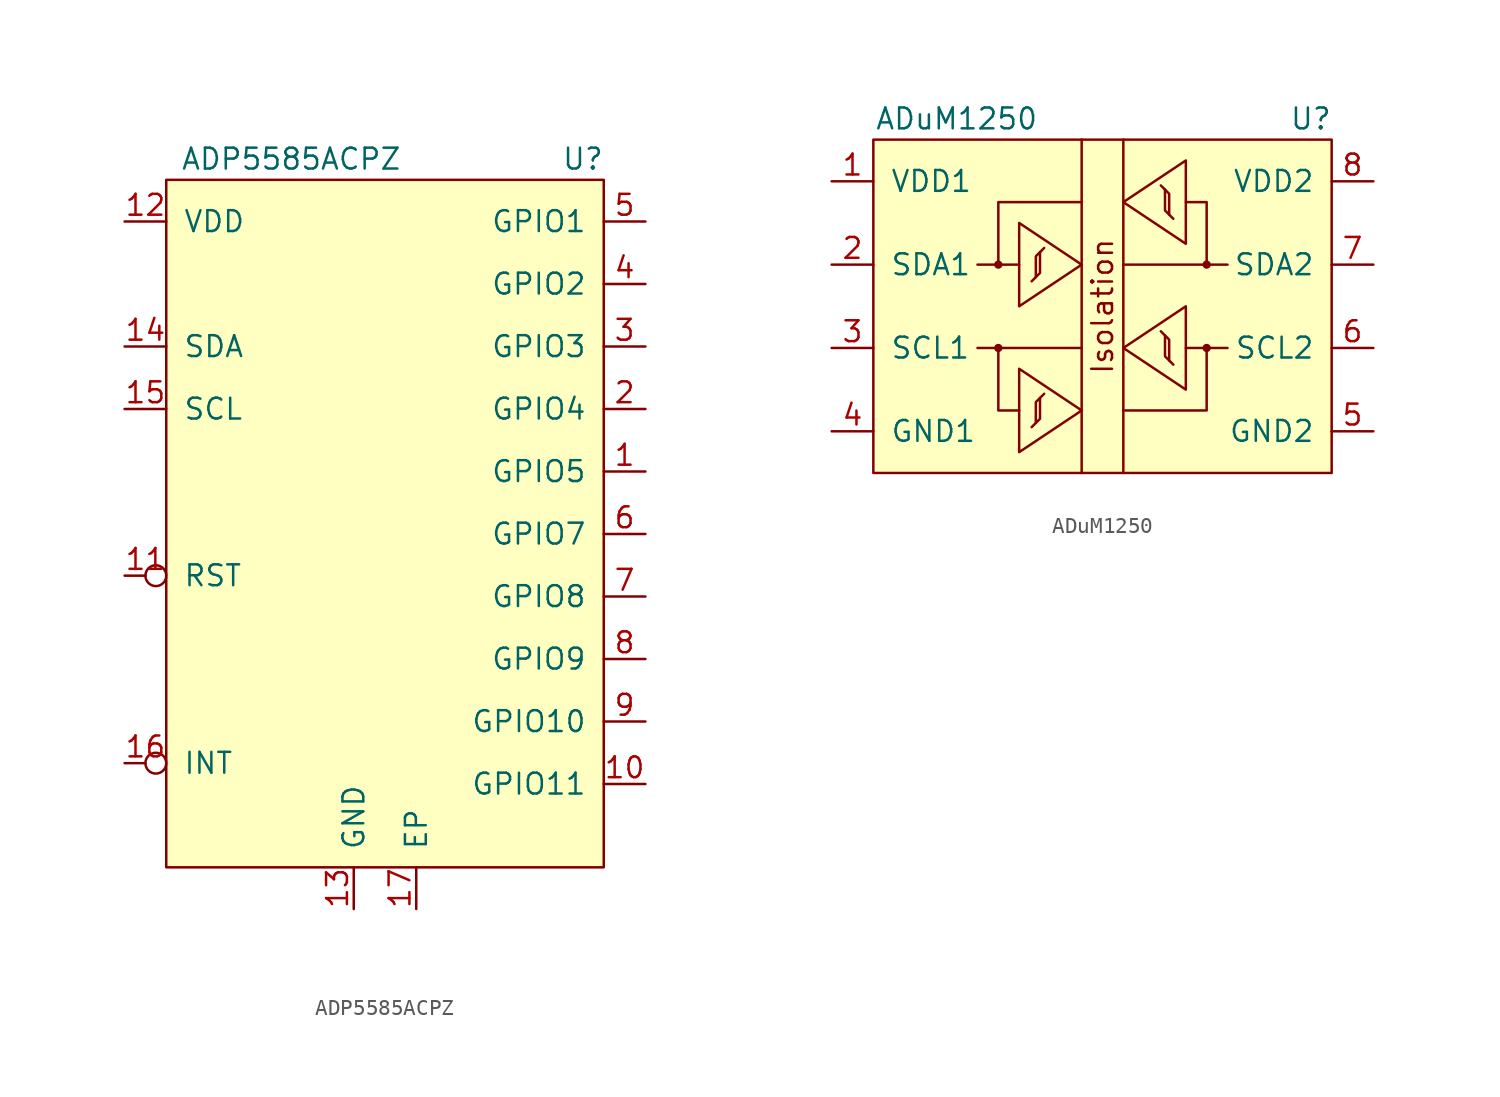
<source format=kicad_sym>
(kicad_symbol_lib
  (version 20201005)
  (generator kicad_symbol_editor)
  (symbol "ADP5585ACPZ"
    (pin_names
      (offset 1.016))
    (property "Reference" "U"
      (at 12.7 20.32 0)
      (effects (font (size 1.27 1.27))))
    (property "Value" "ADP5585ACPZ"
      (at -5.08 20.32 0)
      (effects (font (size 1.27 1.27))))
    (symbol "ADP5585ACPZ_0_1"
      (rectangle (start 13.97 -22.86) (end -12.7 19.05) (stroke (width 0)) (fill (type background))))
    (symbol "ADP5585ACPZ_1_1"
      (pin bidirectional line (at 16.51 1.27 180) (length 2.54) (name "GPIO5" (effects (font (size 1.27 1.27)))) (number "1" (effects (font (size 1.27 1.27)))))
      (pin bidirectional line (at 16.51 -17.78 180) (length 2.54) (name "GPIO11" (effects (font (size 1.27 1.27)))) (number "10" (effects (font (size 1.27 1.27)))))
      (pin input inverted (at -15.24 -5.08 0) (length 2.54) (name "RST" (effects (font (size 1.27 1.27)))) (number "11" (effects (font (size 1.27 1.27)))))
      (pin power_in line (at -15.24 16.51 0) (length 2.54) (name "VDD" (effects (font (size 1.27 1.27)))) (number "12" (effects (font (size 1.27 1.27)))))
      (pin power_in line (at -1.27 -25.4 90) (length 2.54) (name "GND" (effects (font (size 1.27 1.27)))) (number "13" (effects (font (size 1.27 1.27)))))
      (pin bidirectional line (at -15.24 8.89 0) (length 2.54) (name "SDA" (effects (font (size 1.27 1.27)))) (number "14" (effects (font (size 1.27 1.27)))))
      (pin input line (at -15.24 5.08 0) (length 2.54) (name "SCL" (effects (font (size 1.27 1.27)))) (number "15" (effects (font (size 1.27 1.27)))))
      (pin open_collector inverted (at -15.24 -16.51 0) (length 2.54) (name "INT" (effects (font (size 1.27 1.27)))) (number "16" (effects (font (size 1.27 1.27)))))
      (pin passive line (at 2.54 -25.4 90) (length 2.54) (name "EP" (effects (font (size 1.27 1.27)))) (number "17" (effects (font (size 1.27 1.27)))))
      (pin bidirectional line (at 16.51 5.08 180) (length 2.54) (name "GPIO4" (effects (font (size 1.27 1.27)))) (number "2" (effects (font (size 1.27 1.27)))))
      (pin bidirectional line (at 16.51 8.89 180) (length 2.54) (name "GPIO3" (effects (font (size 1.27 1.27)))) (number "3" (effects (font (size 1.27 1.27)))))
      (pin bidirectional line (at 16.51 12.7 180) (length 2.54) (name "GPIO2" (effects (font (size 1.27 1.27)))) (number "4" (effects (font (size 1.27 1.27)))))
      (pin bidirectional line (at 16.51 16.51 180) (length 2.54) (name "GPIO1" (effects (font (size 1.27 1.27)))) (number "5" (effects (font (size 1.27 1.27)))))
      (pin bidirectional line (at 16.51 -2.54 180) (length 2.54) (name "GPIO7" (effects (font (size 1.27 1.27)))) (number "6" (effects (font (size 1.27 1.27)))))
      (pin bidirectional line (at 16.51 -6.35 180) (length 2.54) (name "GPIO8" (effects (font (size 1.27 1.27)))) (number "7" (effects (font (size 1.27 1.27)))))
      (pin bidirectional line (at 16.51 -10.16 180) (length 2.54) (name "GPIO9" (effects (font (size 1.27 1.27)))) (number "8" (effects (font (size 1.27 1.27)))))
      (pin bidirectional line (at 16.51 -13.97 180) (length 2.54) (name "GPIO10" (effects (font (size 1.27 1.27)))) (number "9" (effects (font (size 1.27 1.27)))))))
  (symbol "ADuM1250"
    (pin_names
      (offset 1.016))
    (property "Reference" "U"
      (at 12.7 11.43 0)
      (effects (font (size 1.27 1.27))))
    (property "Value" "ADuM1250"
      (at -8.89 11.43 0)
      (effects (font (size 1.27 1.27))))
    (symbol "ADuM1250_0_0"
      (text "Isolation" (at 0 0 900) (effects (font (size 1.27 1.27)))))
    (symbol "ADuM1250_0_1"
      (circle (center 6.35 2.54) (radius 0.178) (stroke (width 0)) (fill (type outline)))
      (rectangle (start -13.97 10.16) (end 13.97 -10.16) (stroke (width 0)) (fill (type background)))
      (polyline (pts (xy -5.08 2.54) (xy -7.62 2.54)) (stroke (width 0)) (fill (type none)))
      (polyline (pts (xy -1.27 -2.54) (xy -7.62 -2.54)) (stroke (width 0)) (fill (type none)))
      (polyline (pts (xy -1.27 10.16) (xy -1.27 -10.16)) (stroke (width 0)) (fill (type none)))
      (polyline (pts (xy 1.27 -10.16) (xy 1.27 10.16)) (stroke (width 0)) (fill (type none)))
      (polyline (pts (xy 5.08 -2.54) (xy 7.62 -2.54)) (stroke (width 0)) (fill (type none)))
      (polyline (pts (xy 6.35 2.54) (xy 1.27 2.54)) (stroke (width 0)) (fill (type none)))
      (polyline (pts (xy -6.35 -2.54) (xy -6.35 -6.35) (xy -5.08 -6.35)) (stroke (width 0)) (fill (type none)))
      (polyline (pts (xy -6.35 2.54) (xy -6.35 6.35) (xy -1.27 6.35)) (stroke (width 0)) (fill (type none)))
      (polyline (pts (xy 1.27 -6.35) (xy 6.35 -6.35) (xy 6.35 -2.54)) (stroke (width 0)) (fill (type none)))
      (polyline (pts (xy 3.81 7.112) (xy 3.81 5.842) (xy 4.318 5.334)) (stroke (width 0)) (fill (type none)))
      (polyline (pts (xy 4.064 5.588) (xy 4.064 6.858) (xy 3.556 7.366)) (stroke (width 0)) (fill (type none)))
      (polyline (pts (xy 5.08 6.35) (xy 6.35 6.35) (xy 6.35 2.54) (xy 7.62 2.54)) (stroke (width 0)) (fill (type none)))
      (polyline (pts (xy 5.08 8.89) (xy 5.08 3.81) (xy 1.27 6.35) (xy 5.08 8.89)) (stroke (width 0)) (fill (type none))))
    (symbol "ADuM1250_1_1"
      (circle (center -6.35 -2.54) (radius 0.178) (stroke (width 0)) (fill (type outline)))
      (circle (center -6.35 2.54) (radius 0.178) (stroke (width 0)) (fill (type outline)))
      (circle (center 6.35 -2.54) (radius 0.178) (stroke (width 0)) (fill (type outline)))
      (polyline (pts (xy -4.064 -7.112) (xy -4.064 -5.842) (xy -3.556 -5.334)) (stroke (width 0)) (fill (type none)))
      (polyline (pts (xy -4.064 1.778) (xy -4.064 3.048) (xy -3.556 3.556)) (stroke (width 0)) (fill (type none)))
      (polyline (pts (xy -3.81 -5.588) (xy -3.81 -6.858) (xy -4.318 -7.366)) (stroke (width 0)) (fill (type none)))
      (polyline (pts (xy -3.81 3.302) (xy -3.81 2.032) (xy -4.318 1.524)) (stroke (width 0)) (fill (type none)))
      (polyline (pts (xy 3.81 -1.778) (xy 3.81 -3.048) (xy 4.318 -3.556)) (stroke (width 0)) (fill (type none)))
      (polyline (pts (xy 4.064 -3.302) (xy 4.064 -2.032) (xy 3.556 -1.524)) (stroke (width 0)) (fill (type none)))
      (polyline (pts (xy -5.08 -3.81) (xy -5.08 -8.89) (xy -1.27 -6.35) (xy -5.08 -3.81)) (stroke (width 0)) (fill (type none)))
      (polyline (pts (xy -5.08 5.08) (xy -5.08 0) (xy -1.27 2.54) (xy -5.08 5.08)) (stroke (width 0)) (fill (type none)))
      (polyline (pts (xy 5.08 0) (xy 5.08 -5.08) (xy 1.27 -2.54) (xy 5.08 0)) (stroke (width 0)) (fill (type none)))
      (pin power_in line (at -16.51 7.62 0) (length 2.54) (name "VDD1" (effects (font (size 1.27 1.27)))) (number "1" (effects (font (size 1.27 1.27)))))
      (pin bidirectional line (at -16.51 2.54 0) (length 2.54) (name "SDA1" (effects (font (size 1.27 1.27)))) (number "2" (effects (font (size 1.27 1.27)))))
      (pin bidirectional line (at -16.51 -2.54 0) (length 2.54) (name "SCL1" (effects (font (size 1.27 1.27)))) (number "3" (effects (font (size 1.27 1.27)))))
      (pin power_in line (at -16.51 -7.62 0) (length 2.54) (name "GND1" (effects (font (size 1.27 1.27)))) (number "4" (effects (font (size 1.27 1.27)))))
      (pin power_in line (at 16.51 -7.62 180) (length 2.54) (name "GND2" (effects (font (size 1.27 1.27)))) (number "5" (effects (font (size 1.27 1.27)))))
      (pin bidirectional line (at 16.51 -2.54 180) (length 2.54) (name "SCL2" (effects (font (size 1.27 1.27)))) (number "6" (effects (font (size 1.27 1.27)))))
      (pin bidirectional line (at 16.51 2.54 180) (length 2.54) (name "SDA2" (effects (font (size 1.27 1.27)))) (number "7" (effects (font (size 1.27 1.27)))))
      (pin power_in line (at 16.51 7.62 180) (length 2.54) (name "VDD2" (effects (font (size 1.27 1.27)))) (number "8" (effects (font (size 1.27 1.27))))))))
</source>
